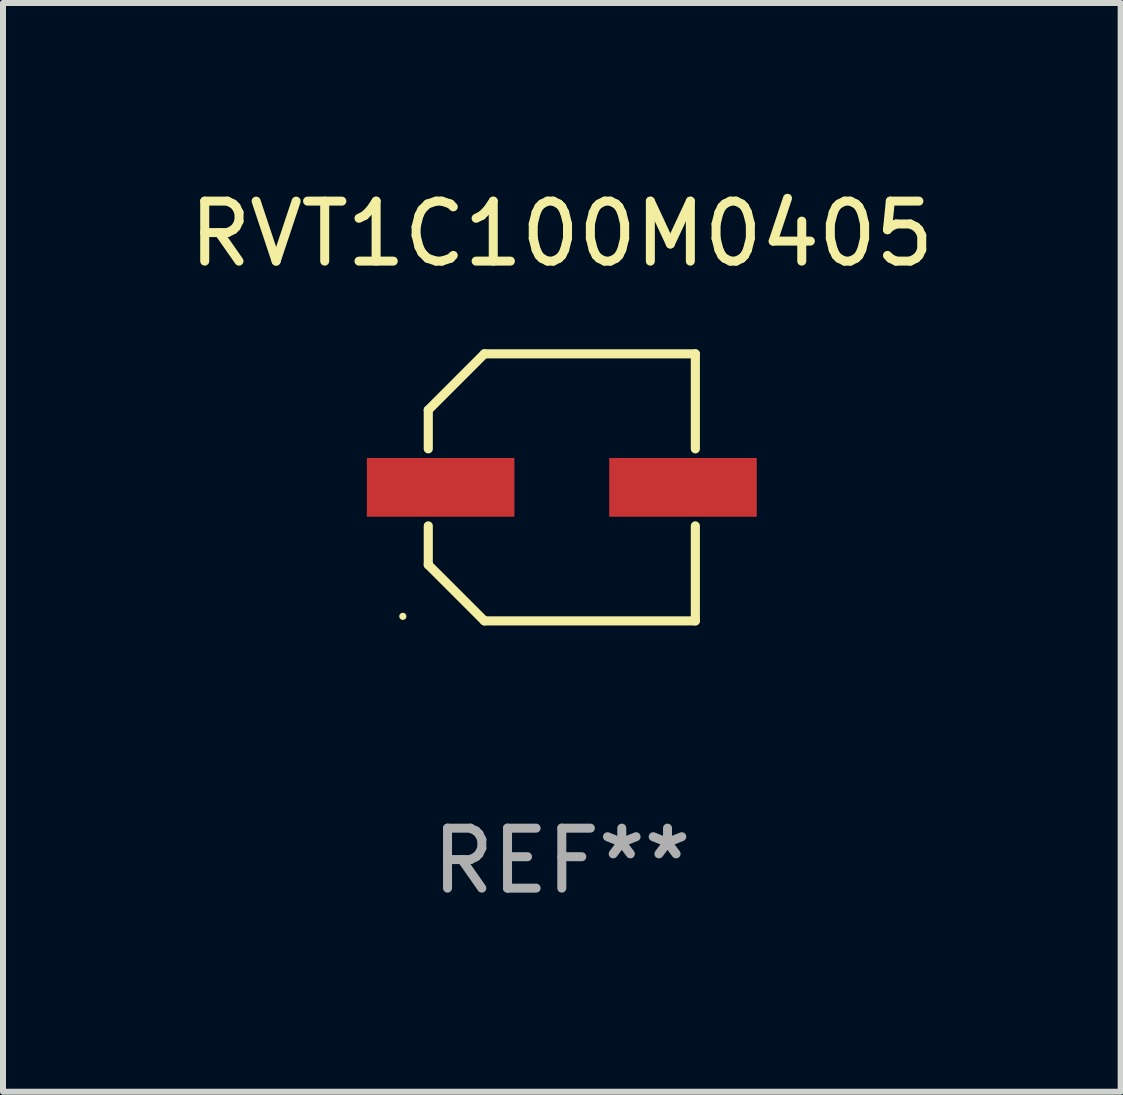
<source format=kicad_pcb>
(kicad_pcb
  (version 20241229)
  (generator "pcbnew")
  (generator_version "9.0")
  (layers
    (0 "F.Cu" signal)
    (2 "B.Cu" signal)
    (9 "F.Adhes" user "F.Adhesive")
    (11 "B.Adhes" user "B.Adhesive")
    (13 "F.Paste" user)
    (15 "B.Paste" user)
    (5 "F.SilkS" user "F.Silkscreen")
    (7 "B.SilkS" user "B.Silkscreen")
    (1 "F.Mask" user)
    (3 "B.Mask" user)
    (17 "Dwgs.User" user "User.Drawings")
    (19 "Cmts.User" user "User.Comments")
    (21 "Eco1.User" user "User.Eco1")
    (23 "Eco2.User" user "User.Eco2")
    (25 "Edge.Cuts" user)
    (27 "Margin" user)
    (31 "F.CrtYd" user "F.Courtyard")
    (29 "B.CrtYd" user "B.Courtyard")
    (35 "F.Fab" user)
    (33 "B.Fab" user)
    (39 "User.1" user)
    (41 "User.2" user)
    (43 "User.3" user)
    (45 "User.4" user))
  (footprint "RVT1C100M0405"
    (layer "F.Cu")
    (at 6.315 5.074)
    (property "Reference" "RVT1C100M0405" (at 0 -4.226 0) (layer "F.SilkS") (effects (font (size 1 1) (thickness 0.15))))
    (attr through_hole)
    (fp_line (start -2.226 -1.29) (end -1.29 -2.226) (stroke (width 0.152) (type solid)) (layer "F.SilkS"))
    (fp_line (start -2.226 -0.642) (end -2.226 -1.29) (stroke (width 0.152) (type solid)) (layer "F.SilkS"))
    (fp_line (start -2.226 0.642) (end -2.226 1.29) (stroke (width 0.152) (type solid)) (layer "F.SilkS"))
    (fp_line (start -2.226 1.29) (end -1.29 2.226) (stroke (width 0.152) (type solid)) (layer "F.SilkS"))
    (fp_line (start -1.29 -2.226) (end 2.226 -2.226) (stroke (width 0.152) (type solid)) (layer "F.SilkS"))
    (fp_line (start -1.29 2.226) (end 2.226 2.226) (stroke (width 0.152) (type solid)) (layer "F.SilkS"))
    (fp_line (start 2.226 -2.226) (end 2.226 -0.642) (stroke (width 0.152) (type solid)) (layer "F.SilkS"))
    (fp_line (start 2.226 2.226) (end 2.226 0.642) (stroke (width 0.152) (type solid)) (layer "F.SilkS"))
    (fp_circle (center -2.65 2.15) (end -2.62 2.15) (stroke (width 0.06) (type solid)) (fill no) (layer "F.SilkS"))
    (fp_text user "REF**" (at 0 6.226 0) (layer "F.Fab") (effects (font (size 1 1) (thickness 0.15))))
    (pad "1" smd rect (at -2.02 -0.000013) (size 2.46 0.98) (layers "F.Cu" "F.Mask" "F.Paste"))
    (pad "2" smd rect (at 2.02 -0.000013) (size 2.46 0.98) (layers "F.Cu" "F.Mask" "F.Paste")))
  (gr_rect
    (start -3 -3)
    (end 15.631 15.149)
    (stroke (width 0.1) (type default))
    (fill no)
    (layer "Edge.Cuts")))
</source>
